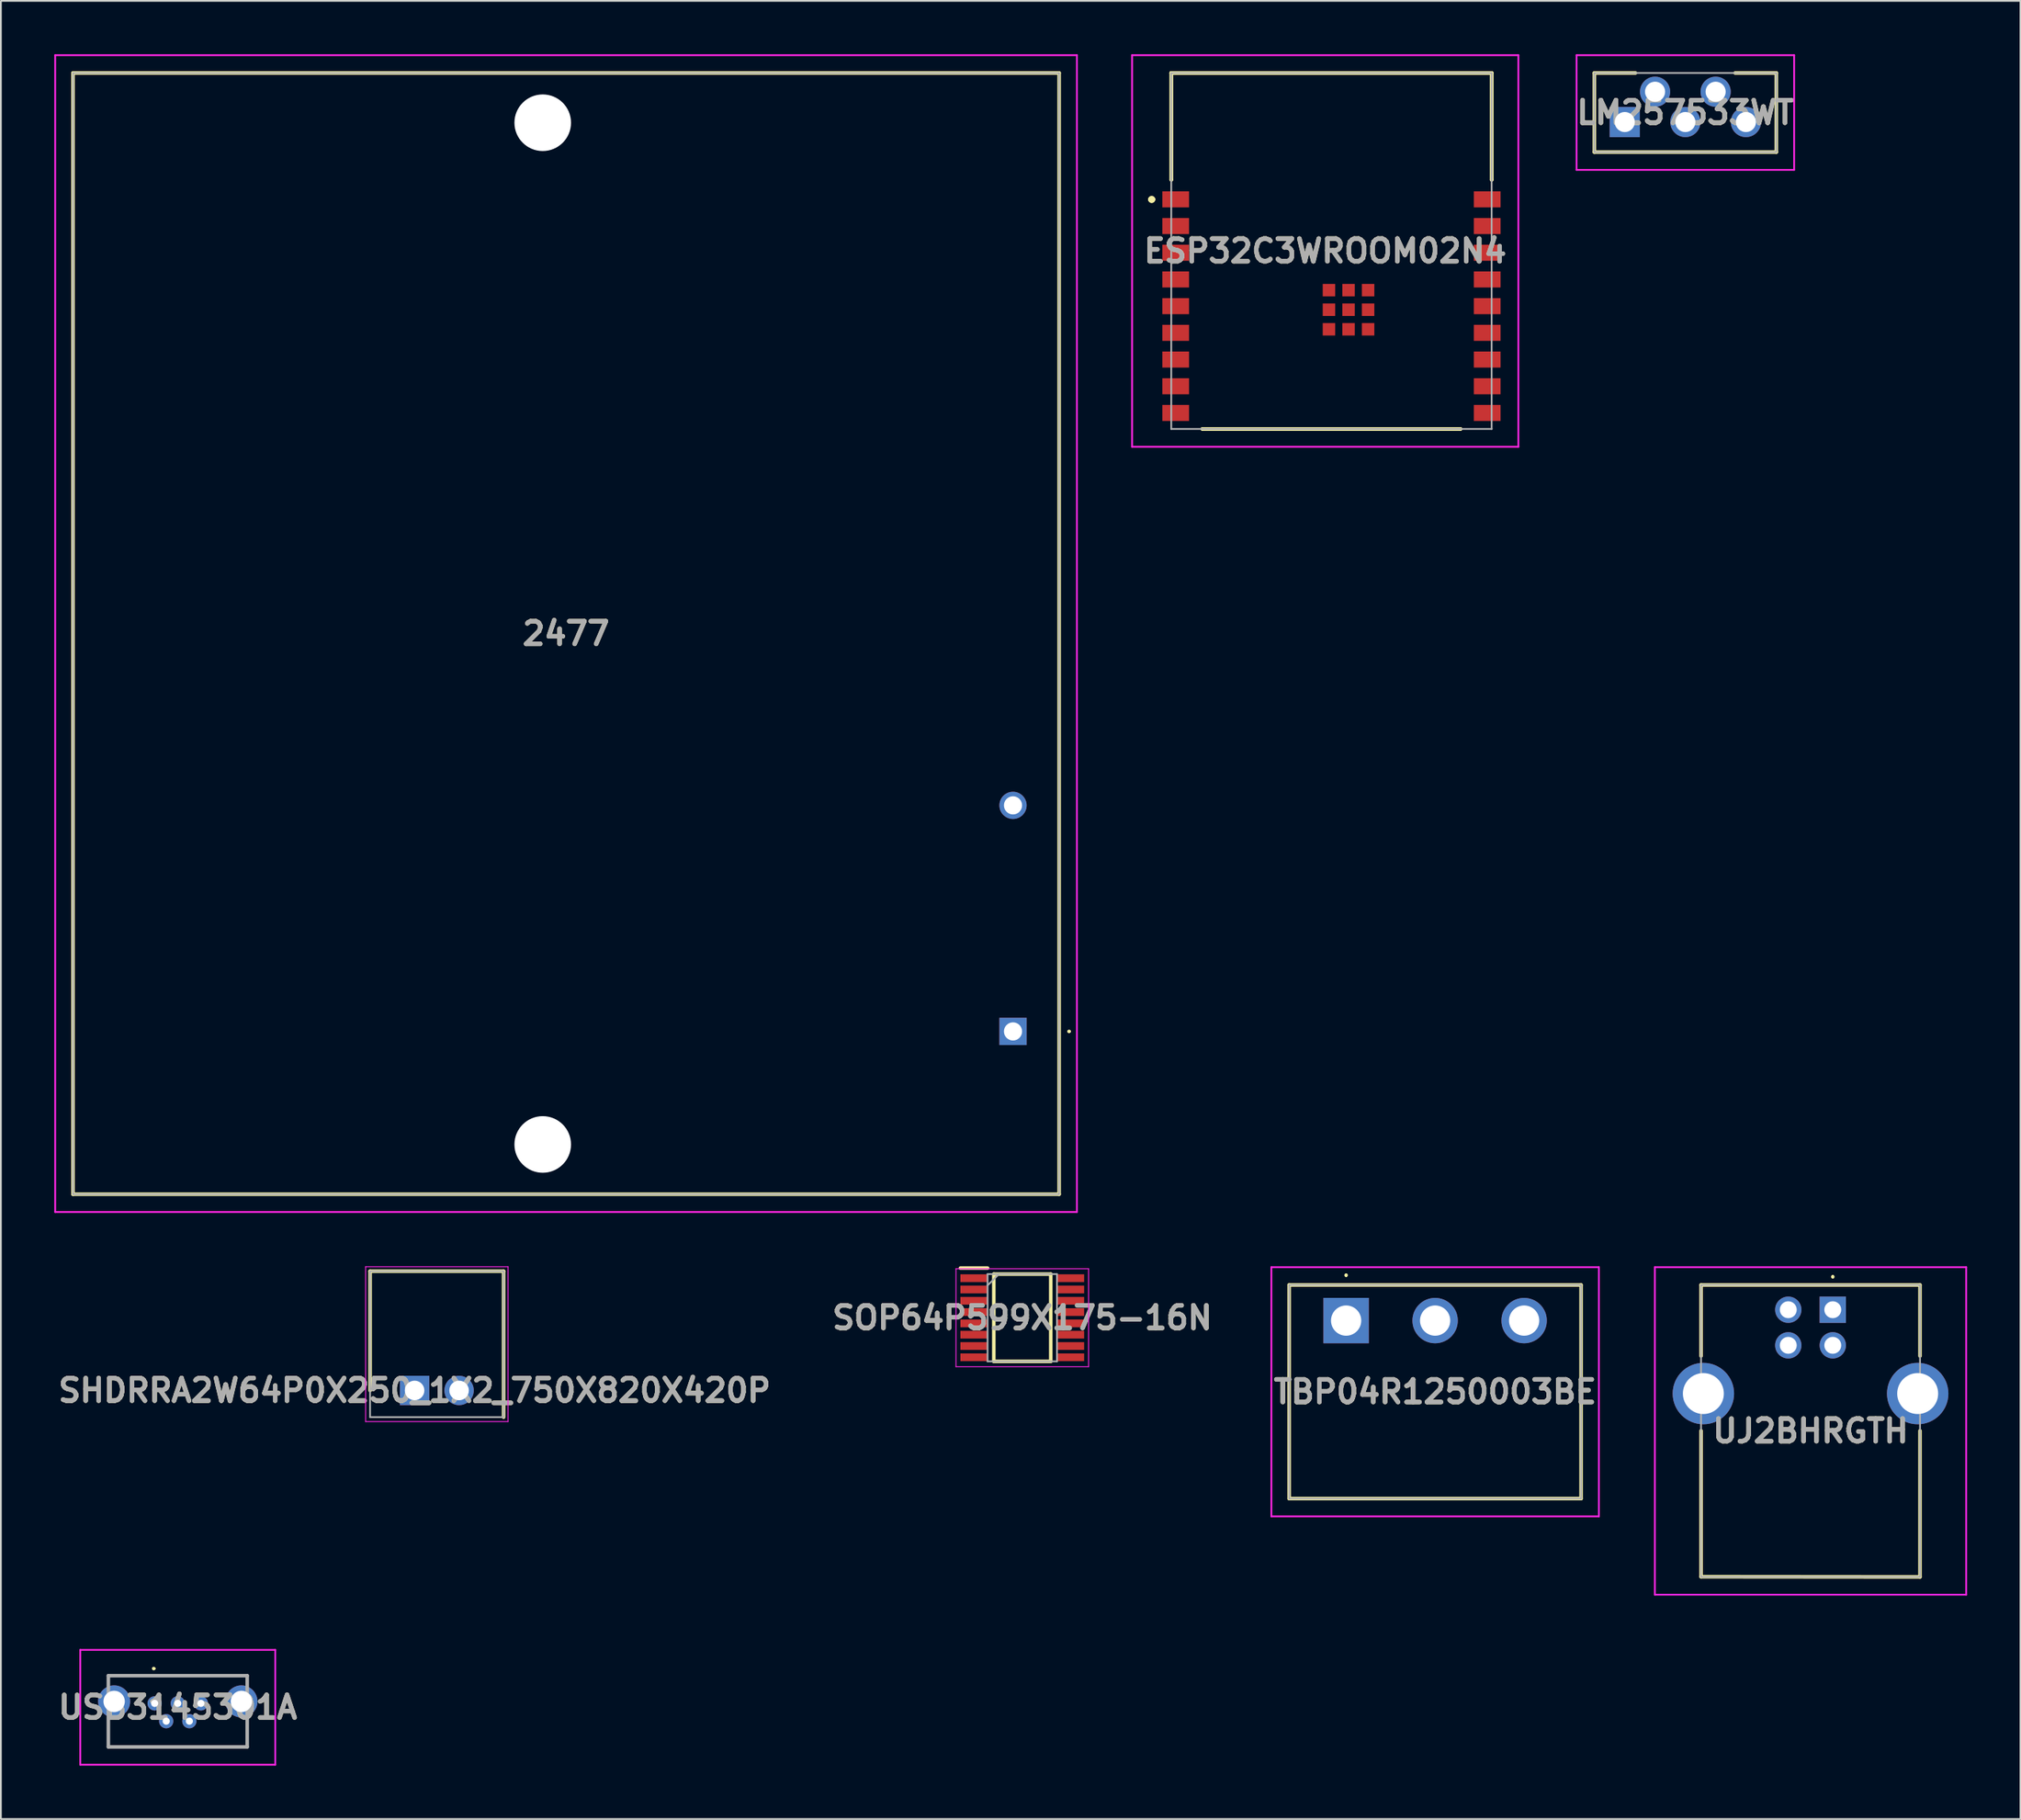
<source format=kicad_pcb>
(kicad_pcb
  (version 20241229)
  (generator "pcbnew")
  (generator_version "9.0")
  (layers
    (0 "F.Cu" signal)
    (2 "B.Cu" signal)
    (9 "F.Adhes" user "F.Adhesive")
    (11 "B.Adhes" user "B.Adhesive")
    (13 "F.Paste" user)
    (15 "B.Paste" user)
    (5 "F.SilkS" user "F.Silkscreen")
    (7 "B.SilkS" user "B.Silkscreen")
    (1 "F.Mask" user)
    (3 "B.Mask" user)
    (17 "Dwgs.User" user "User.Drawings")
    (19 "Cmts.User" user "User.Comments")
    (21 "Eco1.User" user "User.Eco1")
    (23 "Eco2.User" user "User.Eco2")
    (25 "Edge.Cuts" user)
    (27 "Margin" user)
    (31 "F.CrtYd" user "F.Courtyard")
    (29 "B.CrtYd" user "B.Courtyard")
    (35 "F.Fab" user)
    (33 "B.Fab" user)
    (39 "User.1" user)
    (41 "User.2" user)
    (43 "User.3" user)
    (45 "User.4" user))
  (footprint "SHDRRA2W64P0X250_1X2_750X820X420P"
    (layer "F.Cu")
    (at 20.241 75.065)
    (property "Reference" "SHDRRA2W64P0X250_1X2_750X820X420P" (at 0 0 0) (layer "F.SilkS") (effects (font (size 1.27 1.27) (thickness 0.254))))
    (attr through_hole)
    (fp_line (start -2.5 -6.7) (end 5 -6.7) (stroke (width 0.2) (type solid)) (layer "F.SilkS"))
    (fp_line (start -2.5 0) (end -2.5 -6.7) (stroke (width 0.2) (type solid)) (layer "F.SilkS"))
    (fp_line (start 5 -6.7) (end 5 1.5) (stroke (width 0.2) (type solid)) (layer "F.SilkS"))
    (fp_line (start -2.75 -6.95) (end -2.75 1.75) (stroke (width 0.05) (type solid)) (layer "F.CrtYd"))
    (fp_line (start -2.75 1.75) (end 5.25 1.75) (stroke (width 0.05) (type solid)) (layer "F.CrtYd"))
    (fp_line (start 5.25 -6.95) (end -2.75 -6.95) (stroke (width 0.05) (type solid)) (layer "F.CrtYd"))
    (fp_line (start 5.25 1.75) (end 5.25 -6.95) (stroke (width 0.05) (type solid)) (layer "F.CrtYd"))
    (fp_line (start -2.5 -6.7) (end 5 -6.7) (stroke (width 0.1) (type solid)) (layer "F.Fab"))
    (fp_line (start -2.5 1.5) (end -2.5 -6.7) (stroke (width 0.1) (type solid)) (layer "F.Fab"))
    (fp_line (start 5 -6.7) (end 5 1.5) (stroke (width 0.1) (type solid)) (layer "F.Fab"))
    (fp_line (start 5 1.5) (end -2.5 1.5) (stroke (width 0.1) (type solid)) (layer "F.Fab"))
    (fp_text user "${REFERENCE}" (at 0 0 0) (layer "F.Fab") (effects (font (size 1.27 1.27) (thickness 0.254))))
    (pad "1" thru_hole rect (at 0 0) (size 1.65 1.65) (drill 1.1) (layers "*.Cu" "*.Mask"))
    (pad "2" thru_hole circle (at 2.5 0) (size 1.65 1.65) (drill 1.1) (layers "*.Cu" "*.Mask")))
  (footprint "SOP64P599X175-16N"
    (layer "F.Cu")
    (at 54.381 70.98)
    (property "Reference" "SOP64P599X175-16N" (at 0 0 0) (layer "F.SilkS") (effects (font (size 1.27 1.27) (thickness 0.254))))
    (attr smd)
    (fp_line (start -3.475 -2.79) (end -1.95 -2.79) (stroke (width 0.2) (type solid)) (layer "F.SilkS"))
    (fp_line (start -1.6 -2.451) (end 1.6 -2.451) (stroke (width 0.2) (type solid)) (layer "F.SilkS"))
    (fp_line (start -1.6 2.451) (end -1.6 -2.451) (stroke (width 0.2) (type solid)) (layer "F.SilkS"))
    (fp_line (start 1.6 -2.451) (end 1.6 2.451) (stroke (width 0.2) (type solid)) (layer "F.SilkS"))
    (fp_line (start 1.6 2.451) (end -1.6 2.451) (stroke (width 0.2) (type solid)) (layer "F.SilkS"))
    (fp_line (start -3.725 -2.752) (end 3.725 -2.752) (stroke (width 0.05) (type solid)) (layer "F.CrtYd"))
    (fp_line (start -3.725 2.752) (end -3.725 -2.752) (stroke (width 0.05) (type solid)) (layer "F.CrtYd"))
    (fp_line (start 3.725 -2.752) (end 3.725 2.752) (stroke (width 0.05) (type solid)) (layer "F.CrtYd"))
    (fp_line (start 3.725 2.752) (end -3.725 2.752) (stroke (width 0.05) (type solid)) (layer "F.CrtYd"))
    (fp_line (start -1.95 -2.451) (end 1.95 -2.451) (stroke (width 0.1) (type solid)) (layer "F.Fab"))
    (fp_line (start -1.95 -1.816) (end -1.314 -2.451) (stroke (width 0.1) (type solid)) (layer "F.Fab"))
    (fp_line (start -1.95 2.451) (end -1.95 -2.451) (stroke (width 0.1) (type solid)) (layer "F.Fab"))
    (fp_line (start 1.95 -2.451) (end 1.95 2.451) (stroke (width 0.1) (type solid)) (layer "F.Fab"))
    (fp_line (start 1.95 2.451) (end -1.95 2.451) (stroke (width 0.1) (type solid)) (layer "F.Fab"))
    (fp_text user "${REFERENCE}" (at 0 0 0) (layer "F.Fab") (effects (font (size 1.27 1.27) (thickness 0.254))))
    (pad "1" smd rect (at -2.712 -2.222 90) (size 0.435 1.526) (layers "F.Cu" "F.Mask" "F.Paste"))
    (pad "2" smd rect (at -2.712 -1.588 90) (size 0.435 1.526) (layers "F.Cu" "F.Mask" "F.Paste"))
    (pad "3" smd rect (at -2.712 -0.952 90) (size 0.435 1.526) (layers "F.Cu" "F.Mask" "F.Paste"))
    (pad "4" smd rect (at -2.712 -0.318 90) (size 0.435 1.526) (layers "F.Cu" "F.Mask" "F.Paste"))
    (pad "5" smd rect (at -2.712 0.318 90) (size 0.435 1.526) (layers "F.Cu" "F.Mask" "F.Paste"))
    (pad "6" smd rect (at -2.712 0.952 90) (size 0.435 1.526) (layers "F.Cu" "F.Mask" "F.Paste"))
    (pad "7" smd rect (at -2.712 1.588 90) (size 0.435 1.526) (layers "F.Cu" "F.Mask" "F.Paste"))
    (pad "8" smd rect (at -2.712 2.222 90) (size 0.435 1.526) (layers "F.Cu" "F.Mask" "F.Paste"))
    (pad "9" smd rect (at 2.712 2.222 90) (size 0.435 1.526) (layers "F.Cu" "F.Mask" "F.Paste"))
    (pad "10" smd rect (at 2.712 1.588 90) (size 0.435 1.526) (layers "F.Cu" "F.Mask" "F.Paste"))
    (pad "11" smd rect (at 2.712 0.952 90) (size 0.435 1.526) (layers "F.Cu" "F.Mask" "F.Paste"))
    (pad "12" smd rect (at 2.712 0.318 90) (size 0.435 1.526) (layers "F.Cu" "F.Mask" "F.Paste"))
    (pad "13" smd rect (at 2.712 -0.318 90) (size 0.435 1.526) (layers "F.Cu" "F.Mask" "F.Paste"))
    (pad "14" smd rect (at 2.712 -0.952 90) (size 0.435 1.526) (layers "F.Cu" "F.Mask" "F.Paste"))
    (pad "15" smd rect (at 2.712 -1.588 90) (size 0.435 1.526) (layers "F.Cu" "F.Mask" "F.Paste"))
    (pad "16" smd rect (at 2.712 -2.222 90) (size 0.435 1.526) (layers "F.Cu" "F.Mask" "F.Paste")))
  (footprint "TBP04R1250003BE"
    (layer "F.Cu")
    (at 72.574 71.14)
    (property "Reference" "TBP04R1250003BE" (at 5 4 0) (layer "F.SilkS") (effects (font (size 1.27 1.27) (thickness 0.254))))
    (attr through_hole)
    (fp_line (start -3.2 -2) (end 13.2 -2) (stroke (width 0.2) (type solid)) (layer "F.SilkS"))
    (fp_line (start -3.2 10) (end -3.2 -2) (stroke (width 0.2) (type solid)) (layer "F.SilkS"))
    (fp_line (start 0 -2.6) (end 0 -2.6) (stroke (width 0.1) (type solid)) (layer "F.SilkS"))
    (fp_line (start 0 -2.5) (end 0 -2.5) (stroke (width 0.1) (type solid)) (layer "F.SilkS"))
    (fp_line (start 13.2 -2) (end 13.2 10) (stroke (width 0.2) (type solid)) (layer "F.SilkS"))
    (fp_line (start 13.2 10) (end -3.2 10) (stroke (width 0.2) (type solid)) (layer "F.SilkS"))
    (fp_arc (start 0 -2.6) (mid 0.05 -2.55) (end 0 -2.5) (stroke (width 0.1) (type solid)) (layer "F.SilkS"))
    (fp_arc (start 0 -2.5) (mid -0.05 -2.55) (end 0 -2.6) (stroke (width 0.1) (type solid)) (layer "F.SilkS"))
    (fp_line (start -4.2 -3) (end 14.2 -3) (stroke (width 0.1) (type solid)) (layer "F.CrtYd"))
    (fp_line (start -4.2 11) (end -4.2 -3) (stroke (width 0.1) (type solid)) (layer "F.CrtYd"))
    (fp_line (start 14.2 -3) (end 14.2 11) (stroke (width 0.1) (type solid)) (layer "F.CrtYd"))
    (fp_line (start 14.2 11) (end -4.2 11) (stroke (width 0.1) (type solid)) (layer "F.CrtYd"))
    (fp_line (start -3.2 -2) (end 13.2 -2) (stroke (width 0.1) (type solid)) (layer "F.Fab"))
    (fp_line (start -3.2 10) (end -3.2 -2) (stroke (width 0.1) (type solid)) (layer "F.Fab"))
    (fp_line (start 13.2 -2) (end 13.2 10) (stroke (width 0.1) (type solid)) (layer "F.Fab"))
    (fp_line (start 13.2 10) (end -3.2 10) (stroke (width 0.1) (type solid)) (layer "F.Fab"))
    (fp_text user "${REFERENCE}" (at 5 4 0) (layer "F.Fab") (effects (font (size 1.27 1.27) (thickness 0.254))))
    (pad "1" thru_hole rect (at 0 0) (size 2.55 2.55) (drill 1.7) (layers "*.Cu" "*.Mask"))
    (pad "2" thru_hole circle (at 5 0) (size 2.55 2.55) (drill 1.7) (layers "*.Cu" "*.Mask"))
    (pad "3" thru_hole circle (at 10 0) (size 2.55 2.55) (drill 1.7) (layers "*.Cu" "*.Mask")))
  (footprint "ESP32C3WROOM02N4"
    (layer "F.Cu")
    (at 72.71 14.35)
    (property "Reference" "ESP32C3WROOM02N4" (at -1.31 -3.3 0) (layer "F.SilkS") (effects (font (size 1.27 1.27) (thickness 0.254))))
    (attr smd)
    (fp_line (start -11.16 -6.2) (end -11.16 -6.2) (stroke (width 0.2) (type solid)) (layer "F.SilkS"))
    (fp_line (start -11.16 -6.2) (end -11.16 -6.2) (stroke (width 0.2) (type solid)) (layer "F.SilkS"))
    (fp_line (start -10.96 -6.2) (end -10.96 -6.2) (stroke (width 0.2) (type solid)) (layer "F.SilkS"))
    (fp_line (start -9.96 -13.3) (end -9.96 -13.3) (stroke (width 0.2) (type solid)) (layer "F.SilkS"))
    (fp_line (start -9.96 -13.3) (end -9.96 -13.3) (stroke (width 0.2) (type solid)) (layer "F.SilkS"))
    (fp_line (start -9.96 -13.3) (end -9.96 -7.3) (stroke (width 0.2) (type solid)) (layer "F.SilkS"))
    (fp_line (start -9.96 -13.3) (end 8.04 -13.3) (stroke (width 0.2) (type solid)) (layer "F.SilkS"))
    (fp_line (start -9.96 -7.3) (end -9.96 -13.3) (stroke (width 0.2) (type solid)) (layer "F.SilkS"))
    (fp_line (start -9.96 -7.3) (end -9.96 -7.3) (stroke (width 0.2) (type solid)) (layer "F.SilkS"))
    (fp_line (start -8.21 6.7) (end -8.21 6.7) (stroke (width 0.2) (type solid)) (layer "F.SilkS"))
    (fp_line (start -8.21 6.7) (end 6.29 6.7) (stroke (width 0.2) (type solid)) (layer "F.SilkS"))
    (fp_line (start 6.29 6.7) (end -8.21 6.7) (stroke (width 0.2) (type solid)) (layer "F.SilkS"))
    (fp_line (start 6.29 6.7) (end 6.29 6.7) (stroke (width 0.2) (type solid)) (layer "F.SilkS"))
    (fp_line (start 8.04 -13.3) (end -9.96 -13.3) (stroke (width 0.2) (type solid)) (layer "F.SilkS"))
    (fp_line (start 8.04 -13.3) (end 8.04 -13.3) (stroke (width 0.2) (type solid)) (layer "F.SilkS"))
    (fp_line (start 8.04 -13.3) (end 8.04 -13.3) (stroke (width 0.2) (type solid)) (layer "F.SilkS"))
    (fp_line (start 8.04 -13.3) (end 8.04 -7.3) (stroke (width 0.2) (type solid)) (layer "F.SilkS"))
    (fp_line (start 8.04 -7.3) (end 8.04 -13.3) (stroke (width 0.2) (type solid)) (layer "F.SilkS"))
    (fp_line (start 8.04 -7.3) (end 8.04 -7.3) (stroke (width 0.2) (type solid)) (layer "F.SilkS"))
    (fp_arc (start -11.16 -6.2) (mid -11.06 -6.3) (end -10.96 -6.2) (stroke (width 0.2) (type solid)) (layer "F.SilkS"))
    (fp_arc (start -10.96 -6.2) (mid -11.06 -6.1) (end -11.16 -6.2) (stroke (width 0.2) (type solid)) (layer "F.SilkS"))
    (fp_arc (start -10.96 -6.2) (mid -11.06 -6.1) (end -11.16 -6.2) (stroke (width 0.2) (type solid)) (layer "F.SilkS"))
    (fp_line (start -12.16 -14.3) (end 9.54 -14.3) (stroke (width 0.1) (type solid)) (layer "F.CrtYd"))
    (fp_line (start -12.16 7.7) (end -12.16 -14.3) (stroke (width 0.1) (type solid)) (layer "F.CrtYd"))
    (fp_line (start 9.54 -14.3) (end 9.54 7.7) (stroke (width 0.1) (type solid)) (layer "F.CrtYd"))
    (fp_line (start 9.54 7.7) (end -12.16 7.7) (stroke (width 0.1) (type solid)) (layer "F.CrtYd"))
    (fp_line (start -9.96 -13.3) (end -9.96 6.7) (stroke (width 0.1) (type solid)) (layer "F.Fab"))
    (fp_line (start -9.96 6.7) (end 8.04 6.7) (stroke (width 0.1) (type solid)) (layer "F.Fab"))
    (fp_line (start 8.04 -13.3) (end -9.96 -13.3) (stroke (width 0.1) (type solid)) (layer "F.Fab"))
    (fp_line (start 8.04 6.7) (end 8.04 -13.3) (stroke (width 0.1) (type solid)) (layer "F.Fab"))
    (fp_text user "${REFERENCE}" (at -1.31 -3.3 0) (layer "F.Fab") (effects (font (size 1.27 1.27) (thickness 0.254))))
    (pad "1" smd rect (at -9.71 -6.2 90) (size 0.9 1.5) (layers "F.Cu" "F.Mask" "F.Paste"))
    (pad "2" smd rect (at -9.71 -4.7 90) (size 0.9 1.5) (layers "F.Cu" "F.Mask" "F.Paste"))
    (pad "3" smd rect (at -9.71 -3.2 90) (size 0.9 1.5) (layers "F.Cu" "F.Mask" "F.Paste"))
    (pad "4" smd rect (at -9.71 -1.7 90) (size 0.9 1.5) (layers "F.Cu" "F.Mask" "F.Paste"))
    (pad "5" smd rect (at -9.71 -0.2 90) (size 0.9 1.5) (layers "F.Cu" "F.Mask" "F.Paste"))
    (pad "6" smd rect (at -9.71 1.3 90) (size 0.9 1.5) (layers "F.Cu" "F.Mask" "F.Paste"))
    (pad "7" smd rect (at -9.71 2.8 90) (size 0.9 1.5) (layers "F.Cu" "F.Mask" "F.Paste"))
    (pad "8" smd rect (at -9.71 4.3 90) (size 0.9 1.5) (layers "F.Cu" "F.Mask" "F.Paste"))
    (pad "9" smd rect (at -9.71 5.8 90) (size 0.9 1.5) (layers "F.Cu" "F.Mask" "F.Paste"))
    (pad "10" smd rect (at 7.79 5.8 90) (size 0.9 1.5) (layers "F.Cu" "F.Mask" "F.Paste"))
    (pad "11" smd rect (at 7.79 4.3 90) (size 0.9 1.5) (layers "F.Cu" "F.Mask" "F.Paste"))
    (pad "12" smd rect (at 7.79 2.8 90) (size 0.9 1.5) (layers "F.Cu" "F.Mask" "F.Paste"))
    (pad "13" smd rect (at 7.79 1.3 90) (size 0.9 1.5) (layers "F.Cu" "F.Mask" "F.Paste"))
    (pad "14" smd rect (at 7.79 -0.2 90) (size 0.9 1.5) (layers "F.Cu" "F.Mask" "F.Paste"))
    (pad "15" smd rect (at 7.79 -1.7 90) (size 0.9 1.5) (layers "F.Cu" "F.Mask" "F.Paste"))
    (pad "16" smd rect (at 7.79 -3.2 90) (size 0.9 1.5) (layers "F.Cu" "F.Mask" "F.Paste"))
    (pad "17" smd rect (at 7.79 -4.7 90) (size 0.9 1.5) (layers "F.Cu" "F.Mask" "F.Paste"))
    (pad "18" smd rect (at 7.79 -6.2 90) (size 0.9 1.5) (layers "F.Cu" "F.Mask" "F.Paste"))
    (pad "19" smd rect (at 0 0 90) (size 0.7 0.7) (layers "F.Cu" "F.Mask" "F.Paste"))
    (pad "20" smd rect (at 1.1 0 90) (size 0.7 0.7) (layers "F.Cu" "F.Mask" "F.Paste"))
    (pad "21" smd rect (at 1.1 -1.1 90) (size 0.7 0.7) (layers "F.Cu" "F.Mask" "F.Paste"))
    (pad "22" smd rect (at 0 -1.1 90) (size 0.7 0.7) (layers "F.Cu" "F.Mask" "F.Paste"))
    (pad "23" smd rect (at -1.1 -1.1 90) (size 0.7 0.7) (layers "F.Cu" "F.Mask" "F.Paste"))
    (pad "24" smd rect (at -1.1 0 90) (size 0.7 0.7) (layers "F.Cu" "F.Mask" "F.Paste"))
    (pad "25" smd rect (at -1.1 1.1 90) (size 0.7 0.7) (layers "F.Cu" "F.Mask" "F.Paste"))
    (pad "26" smd rect (at 0 1.1 90) (size 0.7 0.7) (layers "F.Cu" "F.Mask" "F.Paste"))
    (pad "27" smd rect (at 1.1 1.1 90) (size 0.7 0.7) (layers "F.Cu" "F.Mask" "F.Paste")))
  (footprint "UJ2BHRGTH"
    (layer "F.Cu")
    (at 99.914 70.53)
    (property "Reference" "UJ2BHRGTH" (at -1.25 6.81 0) (layer "F.SilkS") (effects (font (size 1.27 1.27) (thickness 0.254))))
    (attr through_hole)
    (fp_line (start -7.4 -1.39) (end -7.4 2.6) (stroke (width 0.2) (type solid)) (layer "F.SilkS"))
    (fp_line (start -7.4 6.8) (end -7.4 15) (stroke (width 0.2) (type solid)) (layer "F.SilkS"))
    (fp_line (start -7.4 15) (end 4.9 15.01) (stroke (width 0.2) (type solid)) (layer "F.SilkS"))
    (fp_line (start 0 -1.9) (end 0 -1.9) (stroke (width 0.1) (type solid)) (layer "F.SilkS"))
    (fp_line (start 0 -1.8) (end 0 -1.8) (stroke (width 0.1) (type solid)) (layer "F.SilkS"))
    (fp_line (start 4.9 -1.39) (end -7.4 -1.39) (stroke (width 0.2) (type solid)) (layer "F.SilkS"))
    (fp_line (start 4.9 2.6) (end 4.9 -1.39) (stroke (width 0.2) (type solid)) (layer "F.SilkS"))
    (fp_line (start 4.9 15.01) (end 4.9 6.8) (stroke (width 0.2) (type solid)) (layer "F.SilkS"))
    (fp_arc (start 0 -1.9) (mid 0.05 -1.85) (end 0 -1.8) (stroke (width 0.1) (type solid)) (layer "F.SilkS"))
    (fp_arc (start 0 -1.8) (mid -0.05 -1.85) (end 0 -1.9) (stroke (width 0.1) (type solid)) (layer "F.SilkS"))
    (fp_line (start -9.995 -2.39) (end 7.495 -2.39) (stroke (width 0.1) (type solid)) (layer "F.CrtYd"))
    (fp_line (start -9.995 16.01) (end -9.995 -2.39) (stroke (width 0.1) (type solid)) (layer "F.CrtYd"))
    (fp_line (start 7.495 -2.39) (end 7.495 16.01) (stroke (width 0.1) (type solid)) (layer "F.CrtYd"))
    (fp_line (start 7.495 16.01) (end -9.995 16.01) (stroke (width 0.1) (type solid)) (layer "F.CrtYd"))
    (fp_line (start -7.4 -1.39) (end 4.9 -1.39) (stroke (width 0.1) (type solid)) (layer "F.Fab"))
    (fp_line (start -7.4 15.01) (end -7.4 -1.39) (stroke (width 0.1) (type solid)) (layer "F.Fab"))
    (fp_line (start 4.9 -1.39) (end 4.9 15.01) (stroke (width 0.1) (type solid)) (layer "F.Fab"))
    (fp_line (start 4.9 15.01) (end -7.4 15.01) (stroke (width 0.1) (type solid)) (layer "F.Fab"))
    (fp_text user "${REFERENCE}" (at -1.25 6.81 0) (layer "F.Fab") (effects (font (size 1.27 1.27) (thickness 0.254))))
    (pad "1" thru_hole rect (at 0 0) (size 1.478 1.478) (drill 0.95) (layers "*.Cu" "*.Mask"))
    (pad "2" thru_hole circle (at -2.5 0) (size 1.478 1.478) (drill 0.95) (layers "*.Cu" "*.Mask"))
    (pad "3" thru_hole circle (at -2.5 2) (size 1.478 1.478) (drill 0.95) (layers "*.Cu" "*.Mask"))
    (pad "4" thru_hole circle (at 0 2) (size 1.478 1.478) (drill 0.95) (layers "*.Cu" "*.Mask"))
    (pad "5" thru_hole circle (at 4.77 4.71) (size 3.45 3.45) (drill 2.3) (layers "*.Cu" "*.Mask"))
    (pad "6" thru_hole circle (at -7.27 4.71) (size 3.45 3.45) (drill 2.3) (layers "*.Cu" "*.Mask")))
  (footprint "2477"
    (layer "F.Cu")
    (at 53.86 54.895)
    (property "Reference" "2477" (at -25.11 -22.35 0) (layer "F.SilkS") (effects (font (size 1.27 1.27) (thickness 0.254))))
    (attr through_hole)
    (fp_line (start -52.81 -53.845) (end 2.59 -53.845) (stroke (width 0.2) (type solid)) (layer "F.SilkS"))
    (fp_line (start -52.81 9.145) (end -52.81 -53.845) (stroke (width 0.2) (type solid)) (layer "F.SilkS"))
    (fp_line (start 2.59 -53.845) (end 2.59 9.145) (stroke (width 0.2) (type solid)) (layer "F.SilkS"))
    (fp_line (start 2.59 9.145) (end -52.81 9.145) (stroke (width 0.2) (type solid)) (layer "F.SilkS"))
    (fp_line (start 3.1 0) (end 3.1 0) (stroke (width 0.1) (type solid)) (layer "F.SilkS"))
    (fp_line (start 3.2 0) (end 3.2 0) (stroke (width 0.1) (type solid)) (layer "F.SilkS"))
    (fp_arc (start 3.1 0) (mid 3.15 -0.05) (end 3.2 0) (stroke (width 0.1) (type solid)) (layer "F.SilkS"))
    (fp_arc (start 3.2 0) (mid 3.15 0.05) (end 3.1 0) (stroke (width 0.1) (type solid)) (layer "F.SilkS"))
    (fp_line (start -53.81 -54.845) (end 3.59 -54.845) (stroke (width 0.1) (type solid)) (layer "F.CrtYd"))
    (fp_line (start -53.81 10.145) (end -53.81 -54.845) (stroke (width 0.1) (type solid)) (layer "F.CrtYd"))
    (fp_line (start 3.59 -54.845) (end 3.59 10.145) (stroke (width 0.1) (type solid)) (layer "F.CrtYd"))
    (fp_line (start 3.59 10.145) (end -53.81 10.145) (stroke (width 0.1) (type solid)) (layer "F.CrtYd"))
    (fp_line (start -52.81 -53.845) (end 2.59 -53.845) (stroke (width 0.1) (type solid)) (layer "F.Fab"))
    (fp_line (start -52.81 9.145) (end -52.81 -53.845) (stroke (width 0.1) (type solid)) (layer "F.Fab"))
    (fp_line (start 2.59 -53.845) (end 2.59 9.145) (stroke (width 0.1) (type solid)) (layer "F.Fab"))
    (fp_line (start 2.59 9.145) (end -52.81 9.145) (stroke (width 0.1) (type solid)) (layer "F.Fab"))
    (fp_text user "${REFERENCE}" (at -25.11 -22.35 0) (layer "F.Fab") (effects (font (size 1.27 1.27) (thickness 0.254))))
    (pad "" np_thru_hole circle (at -26.42 -51.05) (size 3.18 3.18) (drill 3.18) (layers "*.Cu" "*.Mask"))
    (pad "" np_thru_hole circle (at -26.42 6.35) (size 3.18 3.18) (drill 3.18) (layers "*.Cu" "*.Mask"))
    (pad "1" thru_hole rect (at 0 0) (size 1.53 1.53) (drill 1.02) (layers "*.Cu" "*.Mask"))
    (pad "2" thru_hole circle (at 0 -12.7) (size 1.53 1.53) (drill 1.02) (layers "*.Cu" "*.Mask")))
  (footprint "LM257533WT"
    (layer "F.Cu")
    (at 88.228 3.806)
    (property "Reference" "LM257533WT" (at 3.404 -0.533 0) (layer "F.SilkS") (effects (font (size 1.27 1.27) (thickness 0.254))))
    (attr through_hole)
    (fp_line (start -2.3 0) (end -2.3 0) (stroke (width 0.1) (type solid)) (layer "F.SilkS"))
    (fp_line (start -2.2 0) (end -2.2 0) (stroke (width 0.1) (type solid)) (layer "F.SilkS"))
    (fp_line (start -1.708 -2.756) (end -1.708 1.689) (stroke (width 0.2) (type solid)) (layer "F.SilkS"))
    (fp_line (start -1.708 1.689) (end 8.515 1.689) (stroke (width 0.2) (type solid)) (layer "F.SilkS"))
    (fp_line (start 0.6 -2.756) (end -1.708 -2.756) (stroke (width 0.2) (type solid)) (layer "F.SilkS"))
    (fp_line (start 8.515 -2.756) (end 6.2 -2.756) (stroke (width 0.2) (type solid)) (layer "F.SilkS"))
    (fp_line (start 8.515 1.689) (end 8.515 -2.756) (stroke (width 0.2) (type solid)) (layer "F.SilkS"))
    (fp_arc (start -2.3 0) (mid -2.25 -0.05) (end -2.2 0) (stroke (width 0.1) (type solid)) (layer "F.SilkS"))
    (fp_arc (start -2.2 0) (mid -2.25 0.05) (end -2.3 0) (stroke (width 0.1) (type solid)) (layer "F.SilkS"))
    (fp_line (start -2.708 -3.756) (end 9.515 -3.756) (stroke (width 0.1) (type solid)) (layer "F.CrtYd"))
    (fp_line (start -2.708 2.689) (end -2.708 -3.756) (stroke (width 0.1) (type solid)) (layer "F.CrtYd"))
    (fp_line (start 9.515 -3.756) (end 9.515 2.689) (stroke (width 0.1) (type solid)) (layer "F.CrtYd"))
    (fp_line (start 9.515 2.689) (end -2.708 2.689) (stroke (width 0.1) (type solid)) (layer "F.CrtYd"))
    (fp_line (start -1.708 -2.756) (end 8.515 -2.756) (stroke (width 0.1) (type solid)) (layer "F.Fab"))
    (fp_line (start -1.708 1.689) (end -1.708 -2.756) (stroke (width 0.1) (type solid)) (layer "F.Fab"))
    (fp_line (start 8.515 -2.756) (end 8.515 1.689) (stroke (width 0.1) (type solid)) (layer "F.Fab"))
    (fp_line (start 8.515 1.689) (end -1.708 1.689) (stroke (width 0.1) (type solid)) (layer "F.Fab"))
    (fp_text user "${REFERENCE}" (at 3.404 -0.533 0) (layer "F.Fab") (effects (font (size 1.27 1.27) (thickness 0.254))))
    (pad "1" thru_hole rect (at 0 0) (size 1.695 1.695) (drill 1.13) (layers "*.Cu" "*.Mask"))
    (pad "2" thru_hole circle (at 1.702 -1.702) (size 1.695 1.695) (drill 1.13) (layers "*.Cu" "*.Mask"))
    (pad "3" thru_hole circle (at 3.404 0) (size 1.695 1.695) (drill 1.13) (layers "*.Cu" "*.Mask"))
    (pad "4" thru_hole circle (at 5.105 -1.702) (size 1.695 1.695) (drill 1.13) (layers "*.Cu" "*.Mask"))
    (pad "5" thru_hole circle (at 6.807 0) (size 1.695 1.695) (drill 1.13) (layers "*.Cu" "*.Mask")))
  (footprint "USB3145301A"
    (layer "F.Cu")
    (at 6.937 92.865)
    (property "Reference" "USB3145301A" (at 0 0 0) (layer "F.SilkS") (effects (font (size 1.27 1.27) (thickness 0.254))))
    (attr through_hole)
    (fp_line (start -3.9 -1.775) (end 3.9 -1.775) (stroke (width 0.1) (type solid)) (layer "F.SilkS"))
    (fp_line (start -3.9 0.78) (end -3.9 2.225) (stroke (width 0.1) (type solid)) (layer "F.SilkS"))
    (fp_line (start -3.9 2.225) (end 3.9 2.225) (stroke (width 0.1) (type solid)) (layer "F.SilkS"))
    (fp_line (start -1.4 -2.175) (end -1.4 -2.175) (stroke (width 0.1) (type solid)) (layer "F.SilkS"))
    (fp_line (start -1.3 -2.175) (end -1.3 -2.175) (stroke (width 0.1) (type solid)) (layer "F.SilkS"))
    (fp_line (start 3.9 2.225) (end 3.9 0.78) (stroke (width 0.1) (type solid)) (layer "F.SilkS"))
    (fp_arc (start -1.4 -2.175) (mid -1.35 -2.225) (end -1.3 -2.175) (stroke (width 0.1) (type solid)) (layer "F.SilkS"))
    (fp_arc (start -1.3 -2.175) (mid -1.35 -2.125) (end -1.4 -2.175) (stroke (width 0.1) (type solid)) (layer "F.SilkS"))
    (fp_line (start -5.477 -3.225) (end 5.477 -3.225) (stroke (width 0.1) (type solid)) (layer "F.CrtYd"))
    (fp_line (start -5.477 3.225) (end -5.477 -3.225) (stroke (width 0.1) (type solid)) (layer "F.CrtYd"))
    (fp_line (start 5.477 -3.225) (end 5.477 3.225) (stroke (width 0.1) (type solid)) (layer "F.CrtYd"))
    (fp_line (start 5.477 3.225) (end -5.477 3.225) (stroke (width 0.1) (type solid)) (layer "F.CrtYd"))
    (fp_line (start -3.9 -1.775) (end 3.9 -1.775) (stroke (width 0.2) (type solid)) (layer "F.Fab"))
    (fp_line (start -3.9 2.225) (end -3.9 -1.775) (stroke (width 0.2) (type solid)) (layer "F.Fab"))
    (fp_line (start 3.9 -1.775) (end 3.9 2.225) (stroke (width 0.2) (type solid)) (layer "F.Fab"))
    (fp_line (start 3.9 2.225) (end -3.9 2.225) (stroke (width 0.2) (type solid)) (layer "F.Fab"))
    (fp_text user "${REFERENCE}" (at 0 0 0) (layer "F.Fab") (effects (font (size 1.27 1.27) (thickness 0.254))))
    (pad "1" thru_hole circle (at -1.3 -0.22) (size 0.8 0.8) (drill 0.4) (layers "*.Cu" "*.Mask"))
    (pad "2" thru_hole circle (at -0.65 0.78) (size 0.8 0.8) (drill 0.4) (layers "*.Cu" "*.Mask"))
    (pad "3" thru_hole circle (at 0 -0.22) (size 0.8 0.8) (drill 0.4) (layers "*.Cu" "*.Mask"))
    (pad "4" thru_hole circle (at 0.65 0.78) (size 0.8 0.8) (drill 0.4) (layers "*.Cu" "*.Mask"))
    (pad "5" thru_hole circle (at 1.3 -0.22) (size 0.8 0.8) (drill 0.4) (layers "*.Cu" "*.Mask"))
    (pad "6" thru_hole circle (at -3.575 -0.33) (size 1.803 1.803) (drill 1.202) (layers "*.Cu" "*.Mask"))
    (pad "7" thru_hole circle (at 3.575 -0.33) (size 1.803 1.803) (drill 1.202) (layers "*.Cu" "*.Mask")))
  (gr_rect
    (start -3 -3)
    (end 110.459 99.14)
    (stroke (width 0.1) (type default))
    (fill no)
    (layer "Edge.Cuts")))
</source>
